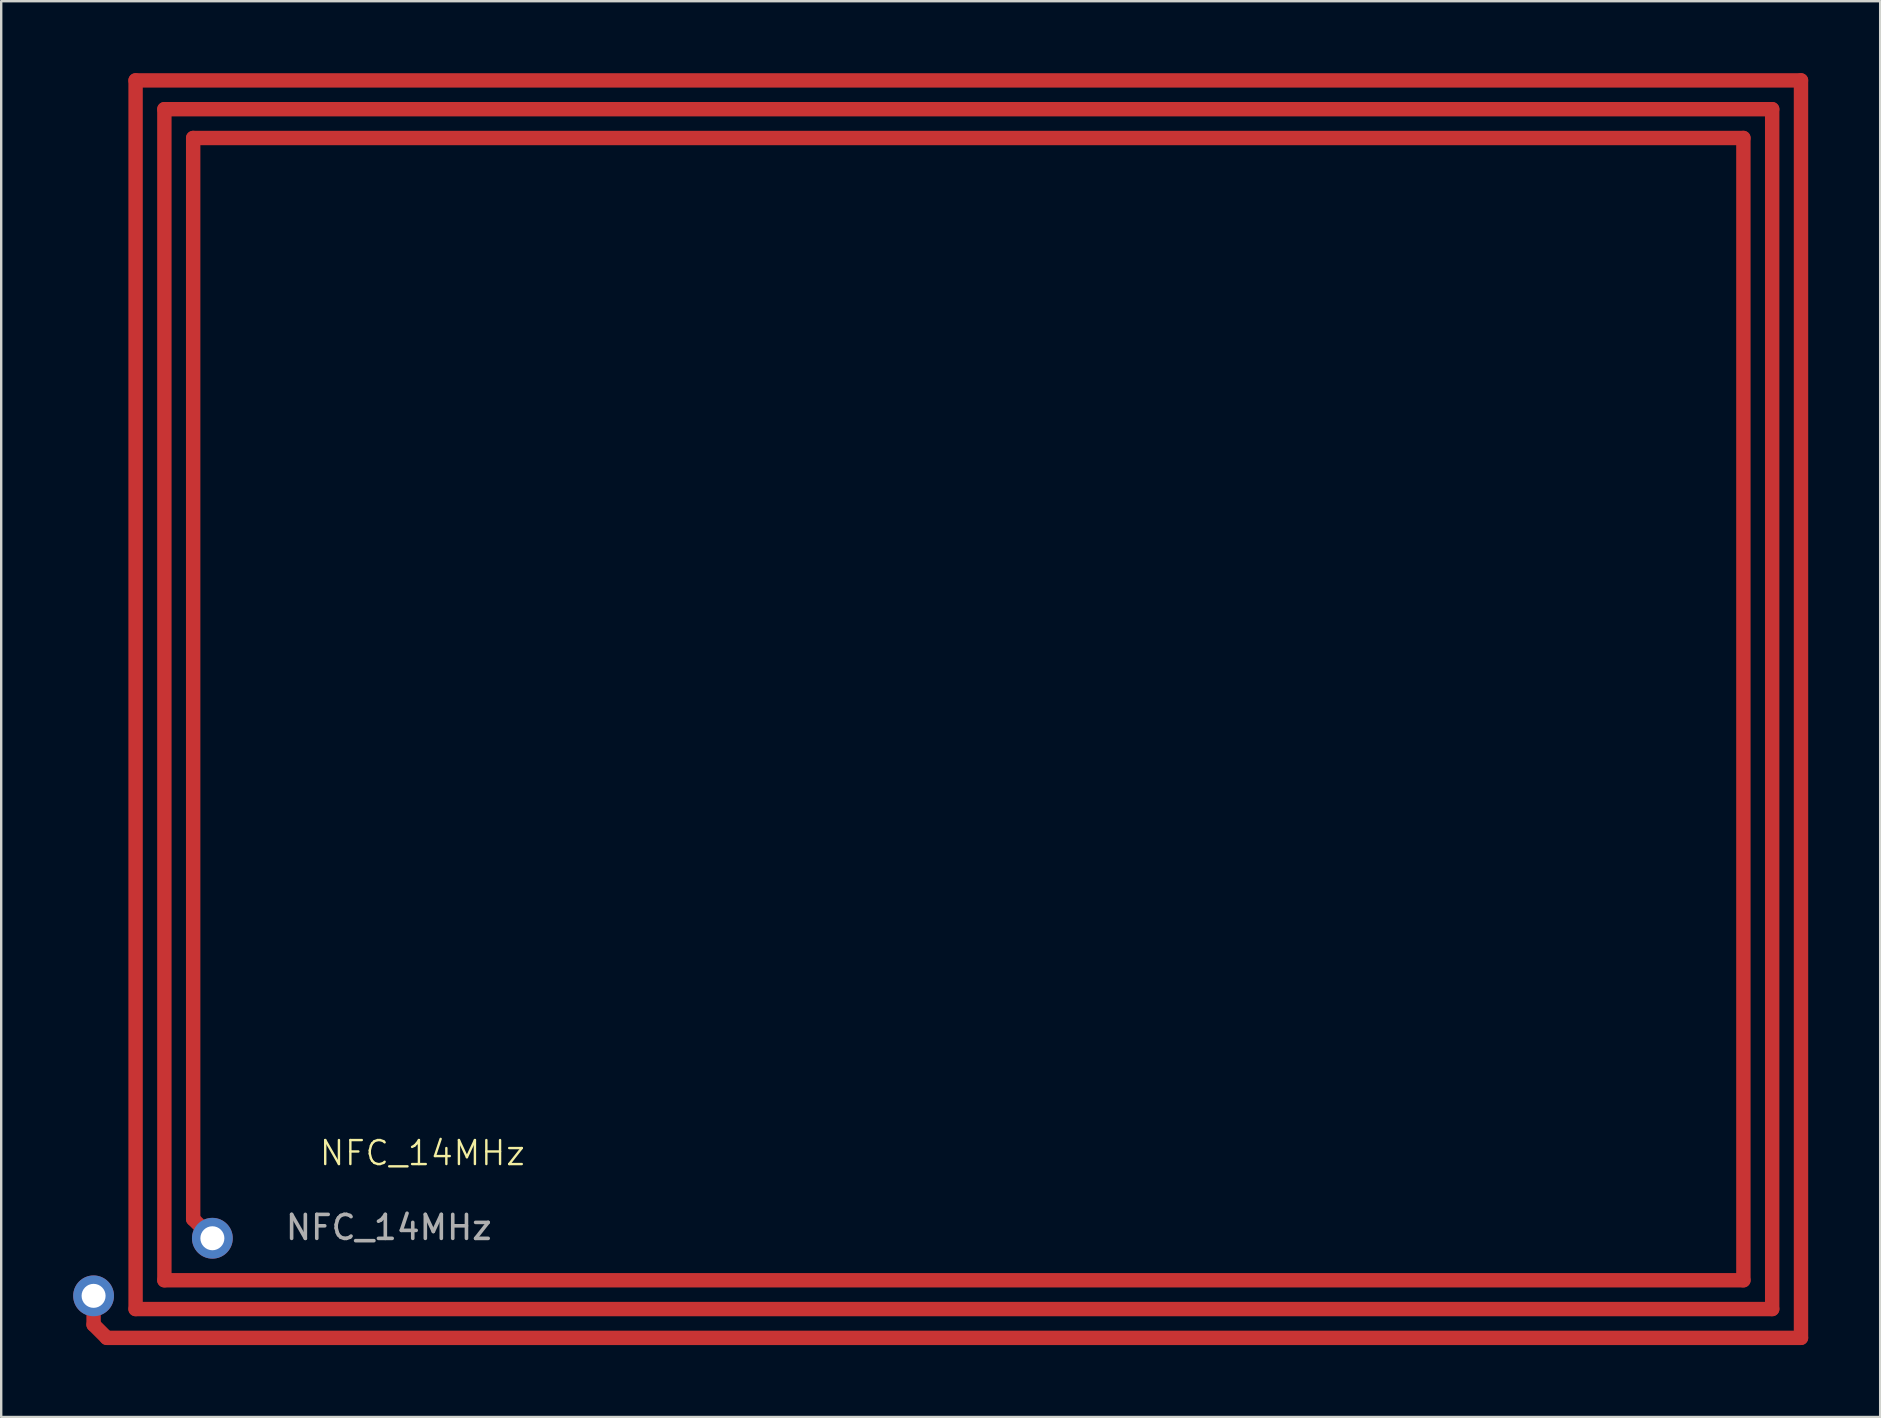
<source format=kicad_pcb>
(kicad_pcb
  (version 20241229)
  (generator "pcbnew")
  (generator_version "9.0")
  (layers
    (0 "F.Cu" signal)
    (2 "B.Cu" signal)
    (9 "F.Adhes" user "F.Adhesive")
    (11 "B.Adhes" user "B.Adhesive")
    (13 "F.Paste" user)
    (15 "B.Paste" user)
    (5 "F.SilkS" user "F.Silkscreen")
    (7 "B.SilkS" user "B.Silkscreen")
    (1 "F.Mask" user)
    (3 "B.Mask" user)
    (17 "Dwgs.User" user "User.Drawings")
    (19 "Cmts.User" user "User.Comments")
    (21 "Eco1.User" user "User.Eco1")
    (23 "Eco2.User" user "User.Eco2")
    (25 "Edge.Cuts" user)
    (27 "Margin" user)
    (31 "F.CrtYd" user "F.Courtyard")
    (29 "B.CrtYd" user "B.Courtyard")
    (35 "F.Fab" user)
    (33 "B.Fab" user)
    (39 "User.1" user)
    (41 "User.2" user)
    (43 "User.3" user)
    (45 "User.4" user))
  (footprint "NFC_14MHz"
    (layer "F.Cu")
    (at 37.3 26.5)
    (property "Reference" "NFC_14MHz" (at -22.75 18.5 0) (unlocked yes) (layer "F.SilkS") (effects (font (size 1 1) (thickness 0.1))))
    (attr smd)
    (fp_line (start -36.45 25.65) (end -36.45 24.45) (stroke (width 0.6) (type solid)) (layer "F.Cu"))
    (fp_line (start -36.45 25.65) (end -35.9 26.2) (stroke (width 0.6) (type solid)) (layer "F.Cu"))
    (fp_line (start -35.9 26.2) (end 34.7 26.2) (stroke (width 0.6) (type default)) (layer "F.Cu"))
    (fp_line (start -34.7 -26.2) (end 34.7 -26.2) (stroke (width 0.6) (type default)) (layer "F.Cu"))
    (fp_line (start -34.7 25) (end -34.7 -26.2) (stroke (width 0.6) (type default)) (layer "F.Cu"))
    (fp_line (start -34.7 25) (end 33.5 25) (stroke (width 0.6) (type default)) (layer "F.Cu"))
    (fp_line (start -33.5 -25) (end 33.5 -25) (stroke (width 0.6) (type default)) (layer "F.Cu"))
    (fp_line (start -33.5 23.8) (end -33.5 -25) (stroke (width 0.6) (type default)) (layer "F.Cu"))
    (fp_line (start -33.5 23.8) (end 32.3 23.8) (stroke (width 0.6) (type default)) (layer "F.Cu"))
    (fp_line (start -32.3 -23.8) (end 32.3 -23.8) (stroke (width 0.6) (type default)) (layer "F.Cu"))
    (fp_line (start -32.3 21.25) (end -32.3 -23.8) (stroke (width 0.6) (type default)) (layer "F.Cu"))
    (fp_line (start -31.5 22.05) (end -32.3 21.25) (stroke (width 0.6) (type solid)) (layer "F.Cu"))
    (fp_line (start 32.3 -23.8) (end 32.3 23.8) (stroke (width 0.6) (type default)) (layer "F.Cu"))
    (fp_line (start 33.5 -25) (end 33.5 25) (stroke (width 0.6) (type default)) (layer "F.Cu"))
    (fp_line (start 34.7 -26.2) (end 34.7 26.2) (stroke (width 0.6) (type default)) (layer "F.Cu"))
    (fp_line (start -34.7 -25.2) (end -34.7 24) (stroke (width 0.2) (type default)) (layer "User.3"))
    (fp_line (start -34.7 26.2) (end 33.7 26.2) (stroke (width 0.2) (type default)) (layer "User.3"))
    (fp_line (start 33.7 -26.2) (end -33.7 -26.2) (stroke (width 0.2) (type default)) (layer "User.3"))
    (fp_line (start 34.7 25.2) (end 34.7 -25.2) (stroke (width 0.2) (type default)) (layer "User.3"))
    (fp_arc (start -34.7 -25.2) (mid -34.407107 -25.907107) (end -33.7 -26.2) (stroke (width 0.2) (type default)) (layer "User.3"))
    (fp_arc (start 33.7 -26.2) (mid 34.407107 -25.907107) (end 34.7 -25.2) (stroke (width 0.2) (type default)) (layer "User.3"))
    (fp_arc (start 34.7 25.2) (mid 34.407107 25.907107) (end 33.7 26.2) (stroke (width 0.2) (type default)) (layer "User.3"))
    (fp_text user "${REFERENCE}" (at -24.15 21.6 0) (unlocked yes) (layer "F.Fab") (effects (font (size 1 1) (thickness 0.15))))
    (pad "1" thru_hole circle (at -31.5 22.05 180) (size 1.7 1.7) (drill 1) (layers "*.Cu" "*.Mask"))
    (pad "2" thru_hole circle (at -36.45 24.45 180) (size 1.7 1.7) (drill 1) (layers "*.Cu" "*.Mask")))
  (gr_rect
    (start -3 -3)
    (end 75.3 56)
    (stroke (width 0.1) (type default))
    (fill no)
    (layer "Edge.Cuts")))
</source>
